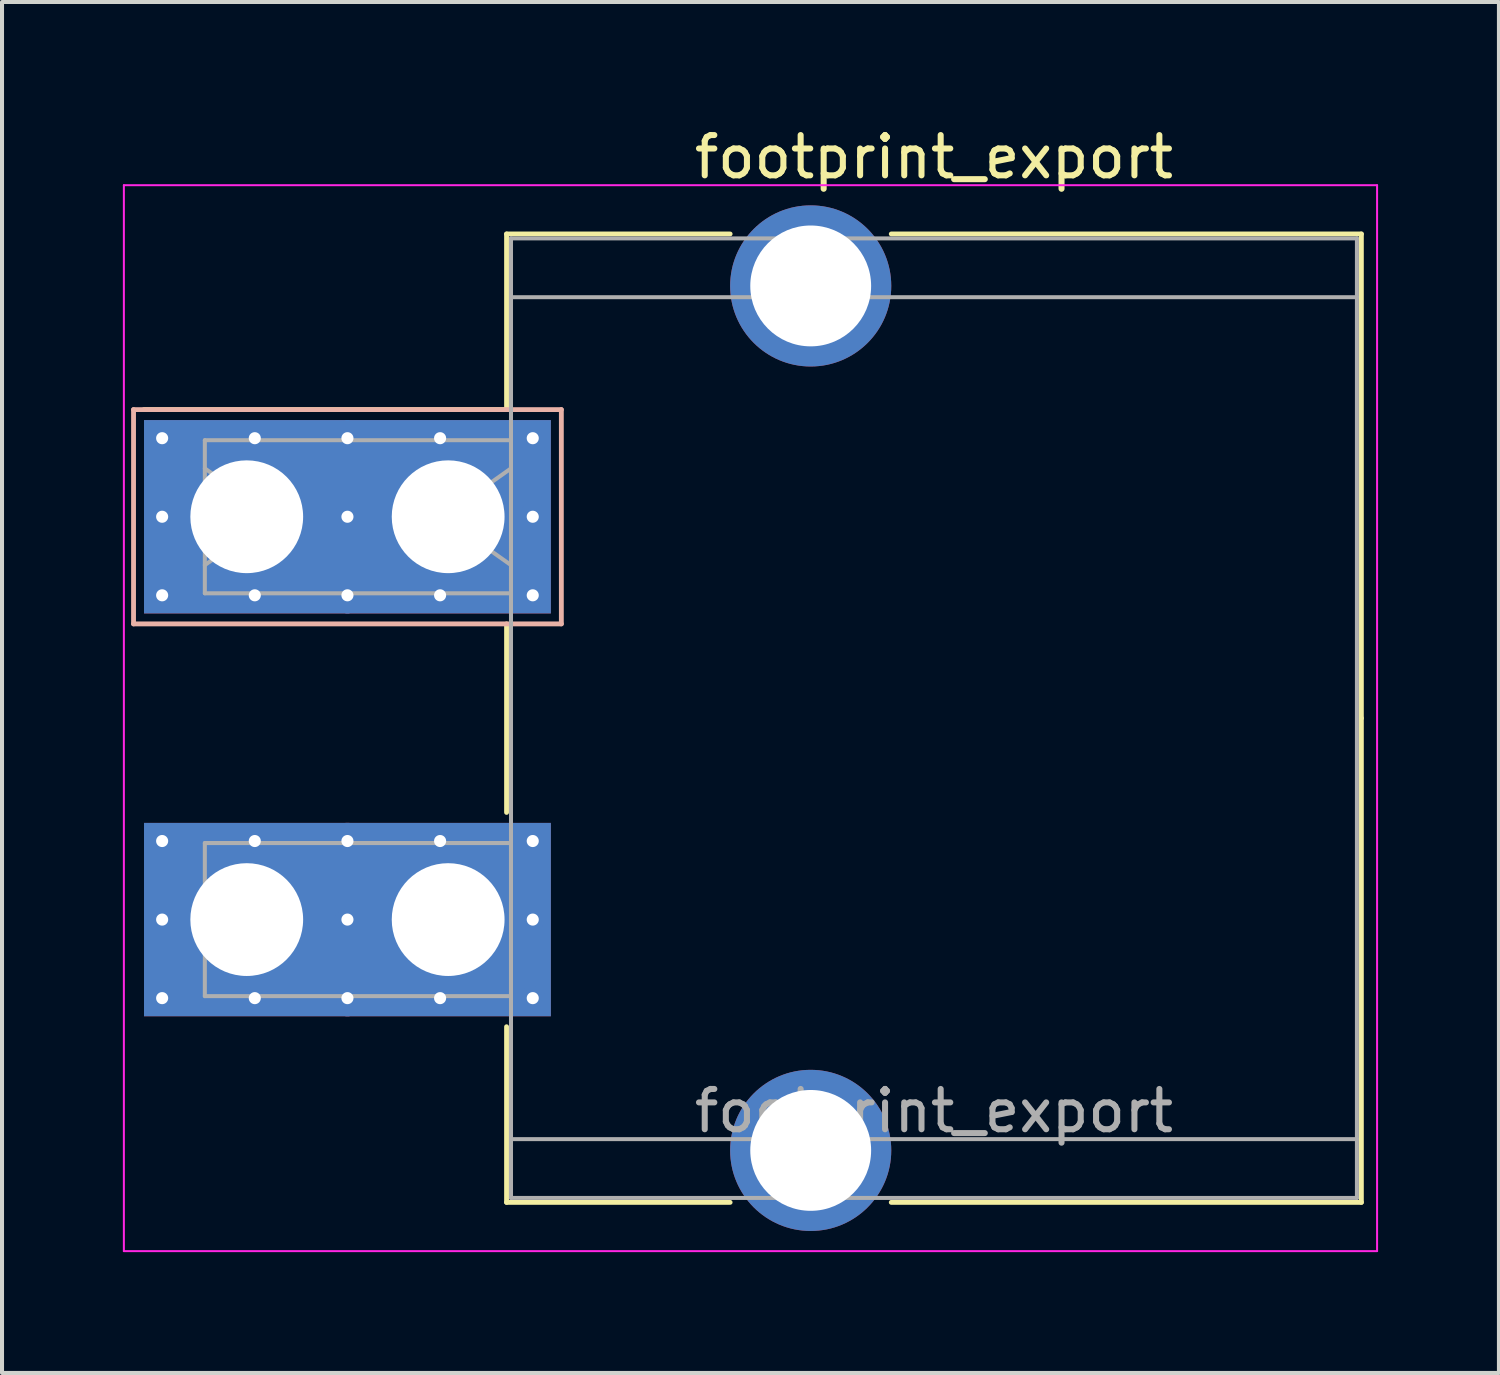
<source format=kicad_pcb>
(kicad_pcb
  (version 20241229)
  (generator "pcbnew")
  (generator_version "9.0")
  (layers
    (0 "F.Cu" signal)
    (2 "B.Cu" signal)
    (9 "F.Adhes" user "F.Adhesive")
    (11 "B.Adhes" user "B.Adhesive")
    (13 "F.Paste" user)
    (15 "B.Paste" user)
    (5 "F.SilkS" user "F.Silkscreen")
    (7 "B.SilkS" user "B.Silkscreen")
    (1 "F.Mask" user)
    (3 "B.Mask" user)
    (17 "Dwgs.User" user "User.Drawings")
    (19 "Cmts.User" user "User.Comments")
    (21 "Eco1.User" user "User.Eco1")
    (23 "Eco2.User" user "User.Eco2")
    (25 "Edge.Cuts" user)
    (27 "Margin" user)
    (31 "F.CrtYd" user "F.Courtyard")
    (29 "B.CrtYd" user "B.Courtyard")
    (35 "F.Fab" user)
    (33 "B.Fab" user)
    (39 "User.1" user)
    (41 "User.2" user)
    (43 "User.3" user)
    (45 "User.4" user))
  (footprint "footprint_export"
    (layer "F.Cu")
    (at 3.075 9.778)
    (property "Reference" "footprint_export" (at 17.06 -8.93 0) (layer "F.SilkS") (effects (font (size 1 1) (thickness 0.15))))
    (attr through_hole)
    (fp_line (start 6.45 -7.02) (end 12 -7.02) (stroke (width 0.12) (type solid)) (layer "F.SilkS"))
    (fp_line (start 6.45 -2.66) (end -2.55 -2.66) (stroke (width 0.12) (type solid)) (layer "F.SilkS"))
    (fp_line (start 6.45 -2.66) (end 6.45 -7.02) (stroke (width 0.12) (type solid)) (layer "F.SilkS"))
    (fp_line (start 6.45 2.66) (end 6.45 7.34) (stroke (width 0.12) (type solid)) (layer "F.SilkS"))
    (fp_line (start 6.45 12.66) (end 6.45 17.02) (stroke (width 0.12) (type solid)) (layer "F.SilkS"))
    (fp_line (start 6.45 17.02) (end 12 17.02) (stroke (width 0.12) (type solid)) (layer "F.SilkS"))
    (fp_line (start 16 -7.02) (end 27.67 -7.02) (stroke (width 0.12) (type solid)) (layer "F.SilkS"))
    (fp_line (start 16 17.02) (end 27.67 17.02) (stroke (width 0.12) (type solid)) (layer "F.SilkS"))
    (fp_line (start 27.67 -7.02) (end 27.67 5) (stroke (width 0.12) (type solid)) (layer "F.SilkS"))
    (fp_line (start 27.67 17.02) (end 27.67 5) (stroke (width 0.12) (type solid)) (layer "F.SilkS"))
    (fp_line (start -2.81 -2.66) (end -2.81 2.66) (stroke (width 0.12) (type solid)) (layer "B.SilkS"))
    (fp_line (start -2.81 2.66) (end 7.81 2.66) (stroke (width 0.12) (type solid)) (layer "B.SilkS"))
    (fp_line (start 7.81 -2.66) (end -2.81 -2.66) (stroke (width 0.12) (type solid)) (layer "B.SilkS"))
    (fp_line (start 7.81 2.66) (end 7.81 -2.66) (stroke (width 0.12) (type solid)) (layer "B.SilkS"))
    (fp_line (start -3.05 -8.23) (end -3.05 18.23) (stroke (width 0.05) (type solid)) (layer "F.CrtYd"))
    (fp_line (start -3.05 18.23) (end 28.06 18.23) (stroke (width 0.05) (type solid)) (layer "F.CrtYd"))
    (fp_line (start 28.06 -8.23) (end -3.05 -8.23) (stroke (width 0.05) (type solid)) (layer "F.CrtYd"))
    (fp_line (start 28.06 18.23) (end 28.06 -8.23) (stroke (width 0.05) (type solid)) (layer "F.CrtYd"))
    (fp_line (start -1.04 -1.9) (end 6.56 -1.9) (stroke (width 0.1) (type solid)) (layer "F.Fab"))
    (fp_line (start -1.04 -1.2) (end 0.657 0) (stroke (width 0.1) (type solid)) (layer "F.Fab"))
    (fp_line (start -1.04 1.9) (end -1.04 -1.9) (stroke (width 0.1) (type solid)) (layer "F.Fab"))
    (fp_line (start -1.04 8.1) (end 6.56 8.1) (stroke (width 0.1) (type solid)) (layer "F.Fab"))
    (fp_line (start -1.04 11.9) (end -1.04 8.1) (stroke (width 0.1) (type solid)) (layer "F.Fab"))
    (fp_line (start 0.657 0) (end -1.04 1.2) (stroke (width 0.1) (type solid)) (layer "F.Fab"))
    (fp_line (start 4.863 0) (end 6.56 1.2) (stroke (width 0.1) (type solid)) (layer "F.Fab"))
    (fp_line (start 6.56 -6.91) (end 6.56 16.91) (stroke (width 0.1) (type solid)) (layer "F.Fab"))
    (fp_line (start 6.56 -5.45) (end 27.56 -5.45) (stroke (width 0.1) (type solid)) (layer "F.Fab"))
    (fp_line (start 6.56 -1.9) (end 6.56 1.9) (stroke (width 0.1) (type solid)) (layer "F.Fab"))
    (fp_line (start 6.56 -1.2) (end 4.863 0) (stroke (width 0.1) (type solid)) (layer "F.Fab"))
    (fp_line (start 6.56 1.9) (end -1.04 1.9) (stroke (width 0.1) (type solid)) (layer "F.Fab"))
    (fp_line (start 6.56 8.1) (end 6.56 11.9) (stroke (width 0.1) (type solid)) (layer "F.Fab"))
    (fp_line (start 6.56 11.9) (end -1.04 11.9) (stroke (width 0.1) (type solid)) (layer "F.Fab"))
    (fp_line (start 6.56 15.45) (end 27.56 15.45) (stroke (width 0.1) (type solid)) (layer "F.Fab"))
    (fp_line (start 6.56 16.91) (end 27.56 16.91) (stroke (width 0.1) (type solid)) (layer "F.Fab"))
    (fp_line (start 27.56 -6.91) (end 6.56 -6.91) (stroke (width 0.1) (type solid)) (layer "F.Fab"))
    (fp_line (start 27.56 16.91) (end 27.56 -6.91) (stroke (width 0.1) (type solid)) (layer "F.Fab"))
    (fp_text user "${REFERENCE}" (at 17.06 14.75 0) (layer "F.Fab") (effects (font (size 1 1) (thickness 0.15))))
    (pad "" thru_hole circle (at 14 -5.73) (size 4 4) (drill 3) (layers "*.Cu" "*.Mask"))
    (pad "" thru_hole circle (at 14 15.73) (size 4 4) (drill 3) (layers "*.Cu" "*.Mask"))
    (pad "1" thru_hole roundrect (at -2.1 -1.95) (size 0.6 0.6) (drill 0.3) (layers "*.Cu" "*.Mask") (roundrect_rratio 0.25))
    (pad "1" thru_hole roundrect (at -2.1 0) (size 0.6 0.6) (drill 0.3) (layers "*.Cu" "*.Mask") (roundrect_rratio 0.25))
    (pad "1" thru_hole roundrect (at -2.1 1.95) (size 0.6 0.6) (drill 0.3) (layers "*.Cu" "*.Mask") (roundrect_rratio 0.25))
    (pad "1" thru_hole rect (at 0 0) (size 5.1 4.8) (drill 2.8) (layers "*.Cu" "*.Mask"))
    (pad "1" thru_hole roundrect (at 0.2 -1.95) (size 0.6 0.6) (drill 0.3) (layers "*.Cu" "*.Mask") (roundrect_rratio 0.25))
    (pad "1" thru_hole roundrect (at 0.2 1.95) (size 0.6 0.6) (drill 0.3) (layers "*.Cu" "*.Mask") (roundrect_rratio 0.25))
    (pad "1" thru_hole roundrect (at 2.5 -1.95) (size 0.6 0.6) (drill 0.3) (layers "*.Cu" "*.Mask") (roundrect_rratio 0.25))
    (pad "1" thru_hole roundrect (at 2.5 0) (size 0.6 0.6) (drill 0.3) (layers "*.Cu" "*.Mask") (roundrect_rratio 0.25))
    (pad "1" thru_hole roundrect (at 2.5 1.95) (size 0.6 0.6) (drill 0.3) (layers "*.Cu" "*.Mask") (roundrect_rratio 0.25))
    (pad "1" thru_hole roundrect (at 4.8 -1.95) (size 0.6 0.6) (drill 0.3) (layers "*.Cu" "*.Mask") (roundrect_rratio 0.25))
    (pad "1" thru_hole roundrect (at 4.8 1.95) (size 0.6 0.6) (drill 0.3) (layers "*.Cu" "*.Mask") (roundrect_rratio 0.25))
    (pad "1" thru_hole rect (at 5 0) (size 5.1 4.8) (drill 2.8) (layers "*.Cu" "*.Mask"))
    (pad "1" thru_hole roundrect (at 7.1 -1.95) (size 0.6 0.6) (drill 0.3) (layers "*.Cu" "*.Mask") (roundrect_rratio 0.25))
    (pad "1" thru_hole roundrect (at 7.1 0) (size 0.6 0.6) (drill 0.3) (layers "*.Cu" "*.Mask") (roundrect_rratio 0.25))
    (pad "1" thru_hole roundrect (at 7.1 1.95) (size 0.6 0.6) (drill 0.3) (layers "*.Cu" "*.Mask") (roundrect_rratio 0.25))
    (pad "2" thru_hole circle (at -2.1 8.05) (size 0.6 0.6) (drill 0.3) (layers "*.Cu" "*.Mask"))
    (pad "2" thru_hole circle (at -2.1 10) (size 0.6 0.6) (drill 0.3) (layers "*.Cu" "*.Mask"))
    (pad "2" thru_hole circle (at -2.1 11.95) (size 0.6 0.6) (drill 0.3) (layers "*.Cu" "*.Mask"))
    (pad "2" thru_hole rect (at 0 10) (size 5.1 4.8) (drill 2.8) (layers "*.Cu" "*.Mask"))
    (pad "2" thru_hole circle (at 0.2 8.05) (size 0.6 0.6) (drill 0.3) (layers "*.Cu" "*.Mask"))
    (pad "2" thru_hole circle (at 0.2 11.95) (size 0.6 0.6) (drill 0.3) (layers "*.Cu" "*.Mask"))
    (pad "2" thru_hole circle (at 2.5 8.05) (size 0.6 0.6) (drill 0.3) (layers "*.Cu" "*.Mask"))
    (pad "2" thru_hole circle (at 2.5 10) (size 0.6 0.6) (drill 0.3) (layers "*.Cu" "*.Mask"))
    (pad "2" thru_hole circle (at 2.5 11.95) (size 0.6 0.6) (drill 0.3) (layers "*.Cu" "*.Mask"))
    (pad "2" thru_hole circle (at 4.8 8.05) (size 0.6 0.6) (drill 0.3) (layers "*.Cu" "*.Mask"))
    (pad "2" thru_hole circle (at 4.8 11.95) (size 0.6 0.6) (drill 0.3) (layers "*.Cu" "*.Mask"))
    (pad "2" thru_hole rect (at 5 10) (size 5.1 4.8) (drill 2.8) (layers "*.Cu" "*.Mask"))
    (pad "2" thru_hole circle (at 7.1 8.05) (size 0.6 0.6) (drill 0.3) (layers "*.Cu" "*.Mask"))
    (pad "2" thru_hole circle (at 7.1 10) (size 0.6 0.6) (drill 0.3) (layers "*.Cu" "*.Mask"))
    (pad "2" thru_hole circle (at 7.1 11.95) (size 0.6 0.6) (drill 0.3) (layers "*.Cu" "*.Mask")))
  (gr_rect
    (start -3 -3)
    (end 34.16 31.033)
    (stroke (width 0.1) (type default))
    (fill no)
    (layer "Edge.Cuts")))
</source>
